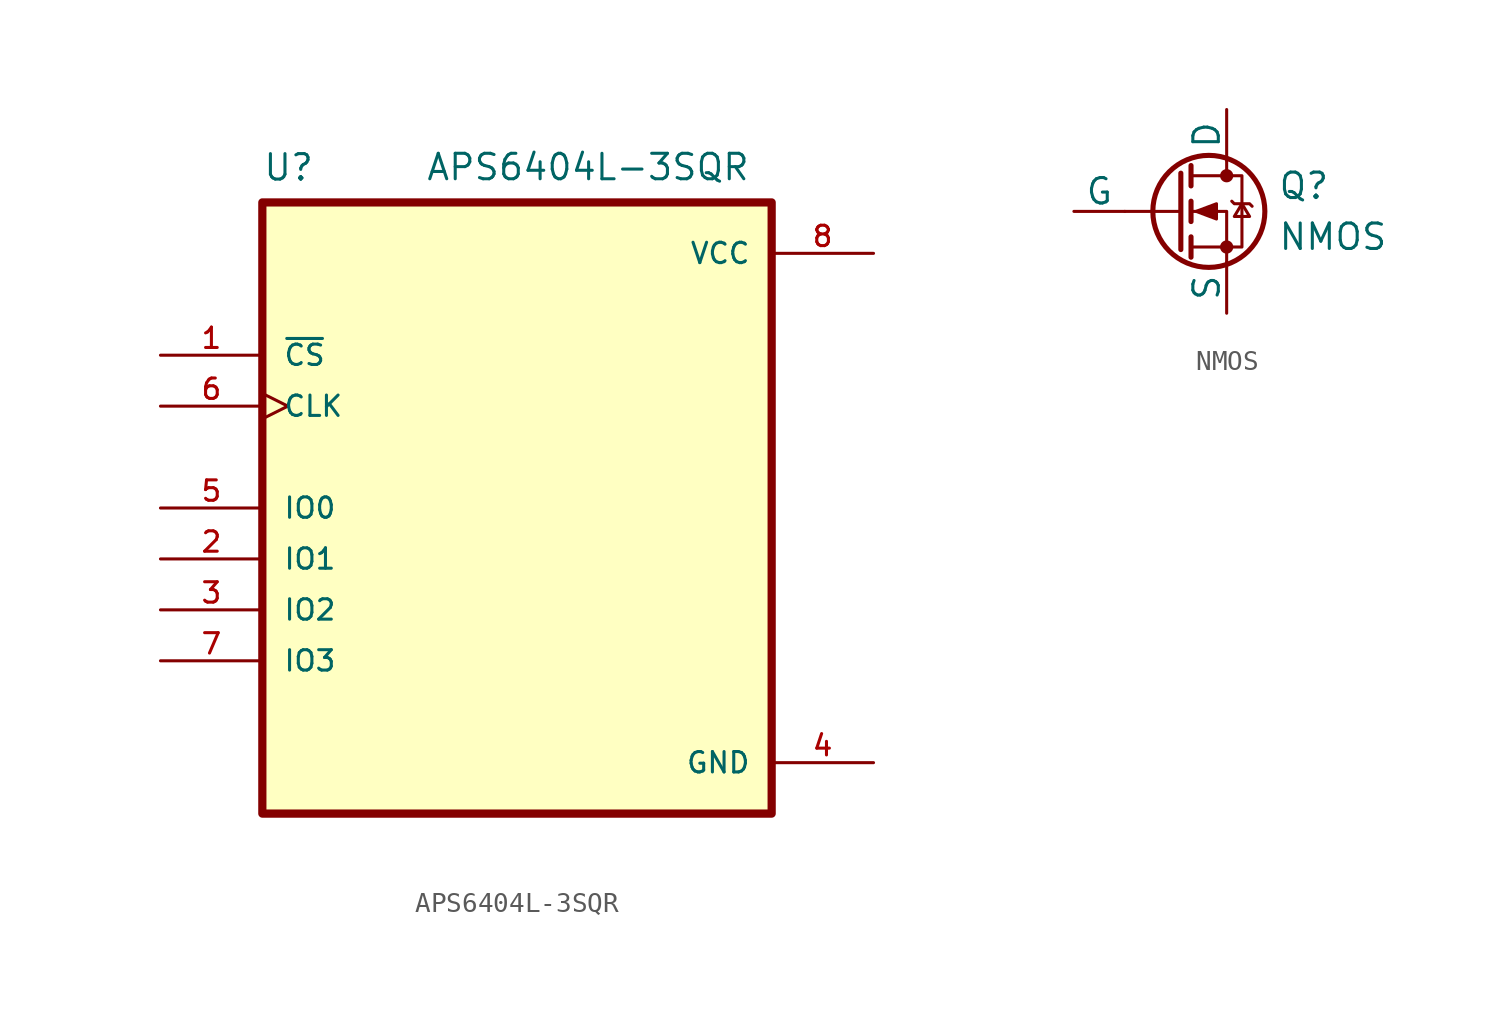
<source format=kicad_sym>
(kicad_symbol_lib
  (version 20241209)
  (generator "kicad_symbol_editor")
  (generator_version "9.0")
  (symbol "APS6404L-3SQR"
    (pin_names
      (offset 1.016))
    (property "Reference" "U"
      (at -12.7 16.24 0)
      (effects (font (size 1.27 1.27)) (justify left bottom)))
    (property "Value" "APS6404L-3SQR"
      (at -4.572 16.256 0)
      (effects (font (size 1.27 1.27)) (justify left bottom)))
    (symbol "APS6404L-3SQR_0_0"
      (rectangle (start -12.7 -15.24) (end 12.7 15.24) (stroke (width 0.41) (type default)) (fill (type background)))
      (pin input line (at -17.78 7.62 0) (length 5.08) (name "~{CS}" (effects (font (size 1.016 1.016)))) (number "1" (effects (font (size 1.016 1.016)))))
      (pin input clock (at -17.78 5.08 0) (length 5.08) (name "CLK" (effects (font (size 1.016 1.016)))) (number "6" (effects (font (size 1.016 1.016)))))
      (pin bidirectional line (at -17.78 0 0) (length 5.08) (name "IO0" (effects (font (size 1.016 1.016)))) (number "5" (effects (font (size 1.016 1.016)))))
      (pin bidirectional line (at -17.78 -2.54 0) (length 5.08) (name "IO1" (effects (font (size 1.016 1.016)))) (number "2" (effects (font (size 1.016 1.016)))))
      (pin bidirectional line (at -17.78 -5.08 0) (length 5.08) (name "IO2" (effects (font (size 1.016 1.016)))) (number "3" (effects (font (size 1.016 1.016)))))
      (pin bidirectional line (at -17.78 -7.62 0) (length 5.08) (name "IO3" (effects (font (size 1.016 1.016)))) (number "7" (effects (font (size 1.016 1.016)))))
      (pin power_in line (at 17.78 12.7 180) (length 5.08) (name "VCC" (effects (font (size 1.016 1.016)))) (number "8" (effects (font (size 1.016 1.016)))))
      (pin power_in line (at 17.78 -12.7 180) (length 5.08) (name "GND" (effects (font (size 1.016 1.016)))) (number "4" (effects (font (size 1.016 1.016)))))))
  (symbol "NMOS"
    (pin_numbers
      (hide yes))
    (pin_names
      (offset 0))
    (property "Reference" "Q"
      (at 5.08 1.27 0)
      (effects (font (size 1.27 1.27)) (justify left)))
    (property "Value" "NMOS"
      (at 5.08 -1.27 0)
      (effects (font (size 1.27 1.27)) (justify left)))
    (symbol "NMOS_0_1"
      (polyline (pts (xy 0.254 1.905) (xy 0.254 -1.905)) (stroke (width 0.254) (type default)) (fill (type none)))
      (polyline (pts (xy 0.254 0) (xy -2.54 0)) (stroke (width 0) (type default)) (fill (type none)))
      (polyline (pts (xy 0.762 2.286) (xy 0.762 1.27)) (stroke (width 0.254) (type default)) (fill (type none)))
      (polyline (pts (xy 0.762 0.508) (xy 0.762 -0.508)) (stroke (width 0.254) (type default)) (fill (type none)))
      (polyline (pts (xy 0.762 -1.27) (xy 0.762 -2.286)) (stroke (width 0.254) (type default)) (fill (type none)))
      (polyline (pts (xy 0.762 -1.778) (xy 3.302 -1.778) (xy 3.302 1.778) (xy 0.762 1.778)) (stroke (width 0) (type default)) (fill (type none)))
      (polyline (pts (xy 1.016 0) (xy 2.032 0.381) (xy 2.032 -0.381) (xy 1.016 0)) (stroke (width 0) (type default)) (fill (type outline)))
      (circle (center 1.651 0) (radius 2.794) (stroke (width 0.254) (type default)) (fill (type none)))
      (polyline (pts (xy 2.54 2.54) (xy 2.54 1.778)) (stroke (width 0) (type default)) (fill (type none)))
      (circle (center 2.54 1.778) (radius 0.254) (stroke (width 0) (type default)) (fill (type outline)))
      (circle (center 2.54 -1.778) (radius 0.254) (stroke (width 0) (type default)) (fill (type outline)))
      (polyline (pts (xy 2.54 -2.54) (xy 2.54 0) (xy 0.762 0)) (stroke (width 0) (type default)) (fill (type none)))
      (polyline (pts (xy 2.794 0.508) (xy 2.921 0.381) (xy 3.683 0.381) (xy 3.81 0.254)) (stroke (width 0) (type default)) (fill (type none)))
      (polyline (pts (xy 3.302 0.381) (xy 2.921 -0.254) (xy 3.683 -0.254) (xy 3.302 0.381)) (stroke (width 0) (type default)) (fill (type none))))
    (symbol "NMOS_1_1"
      (pin input line (at -5.08 0 0) (length 2.54) (name "G" (effects (font (size 1.27 1.27)))) (number "2" (effects (font (size 1.27 1.27)))))
      (pin passive line (at 2.54 5.08 270) (length 2.54) (name "D" (effects (font (size 1.27 1.27)))) (number "1" (effects (font (size 1.27 1.27)))))
      (pin passive line (at 2.54 -5.08 90) (length 2.54) (name "S" (effects (font (size 1.27 1.27)))) (number "3" (effects (font (size 1.27 1.27))))))))
</source>
